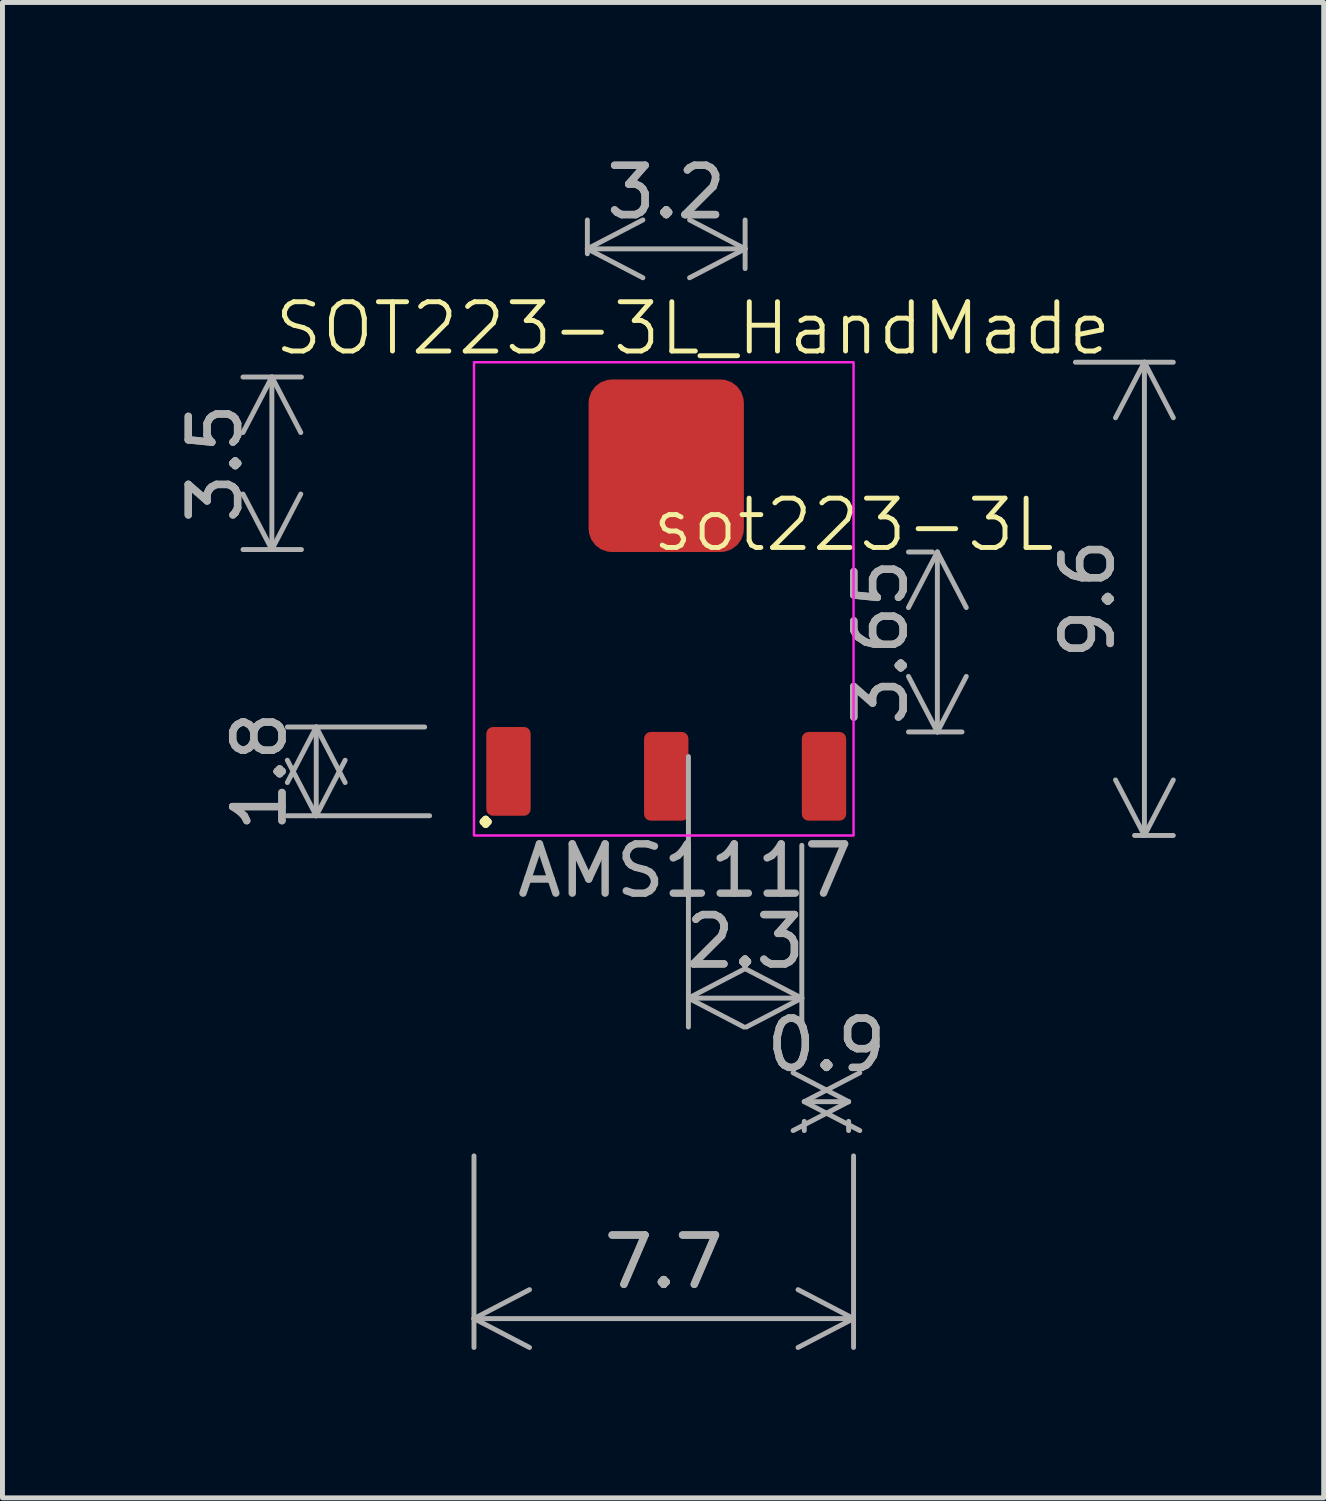
<source format=kicad_pcb>
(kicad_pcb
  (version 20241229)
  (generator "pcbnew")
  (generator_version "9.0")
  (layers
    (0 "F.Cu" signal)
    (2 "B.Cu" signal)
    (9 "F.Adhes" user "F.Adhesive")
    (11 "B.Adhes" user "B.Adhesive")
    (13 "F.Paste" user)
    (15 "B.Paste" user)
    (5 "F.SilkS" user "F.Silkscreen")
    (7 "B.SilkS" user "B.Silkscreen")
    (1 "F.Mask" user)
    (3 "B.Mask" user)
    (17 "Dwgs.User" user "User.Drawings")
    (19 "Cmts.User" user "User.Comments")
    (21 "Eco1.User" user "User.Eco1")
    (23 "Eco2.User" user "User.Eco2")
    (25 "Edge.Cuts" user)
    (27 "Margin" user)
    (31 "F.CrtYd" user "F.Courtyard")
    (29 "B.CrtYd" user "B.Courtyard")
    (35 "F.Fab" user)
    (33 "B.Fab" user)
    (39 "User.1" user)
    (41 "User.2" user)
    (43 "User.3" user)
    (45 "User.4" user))
  (footprint "sot223-3L"
    (layer "F.Cu")
    (at 10.365 12.098)
    (property "Reference" "sot223-3L" (at 3.9 -4.5 0) (unlocked yes) (layer "F.SilkS") (effects (font (size 1 1) (thickness 0.1))))
    (attr smd)
    (fp_rect (start -3.8 -7.8) (end 3.9 1.8) (stroke (width 0.05) (type default)) (fill no) (layer "F.CrtYd"))
    (fp_text user "SOT223-3L_HandMade" (at -7.9 -7.9 0) (unlocked yes) (layer "F.SilkS") (effects (font (size 1 1) (thickness 0.1)) (justify left bottom)))
    (fp_text user "." (at -3.9 1.7 0) (unlocked yes) (layer "F.SilkS") (effects (font (size 1 1) (thickness 0.15)) (justify left bottom)))
    (fp_text user "AMS1117" (at -3 3.1 0) (unlocked yes) (layer "F.Fab") (effects (font (size 1 1) (thickness 0.15)) (justify left bottom)))
    (dimension (type orthogonal) (layer "F.Fab") (pts (xy 16.365 8.148) (xy 16.965 11.798)) (height -0.4) (orientation 1) (format (prefix "") (suffix "") (units 3) (units_format 0) (precision 4) (suppress_zeroes yes)) (style (thickness 0.1) (arrow_length 1.27) (text_position_mode 0) (arrow_direction outward) (extension_height 0.586) (extension_offset 0.5) (keep_text_aligned yes)) (gr_text "3.65" (at 14.815 9.973 90) (layer "F.Fab") (effects (font (size 1 1) (thickness 0.15)))))
    (dimension (type orthogonal) (layer "F.Fab") (pts (xy 10.915 11.798) (xy 13.215 13.598)) (height 5.4) (orientation 0) (format (prefix "") (suffix "") (units 3) (units_format 0) (precision 4) (suppress_zeroes yes)) (style (thickness 0.1) (arrow_length 1.27) (text_position_mode 0) (arrow_direction outward) (extension_height 0.586) (extension_offset 0.5) (keep_text_aligned yes)) (gr_text "2.3" (at 12.065 16.048 0) (layer "F.Fab") (effects (font (size 1 1) (thickness 0.15)))))
    (dimension (type orthogonal) (layer "F.Fab") (pts (xy 8.865 2.598) (xy 12.065 2.898)) (height -0.6) (orientation 0) (format (prefix "") (suffix "") (units 3) (units_format 0) (precision 4) (suppress_zeroes yes)) (style (thickness 0.1) (arrow_length 1.27) (text_position_mode 0) (arrow_direction outward) (extension_height 0.586) (extension_offset 0.5) (keep_text_aligned yes)) (gr_text "3.2" (at 10.465 0.848 0) (layer "F.Fab") (effects (font (size 1 1) (thickness 0.15)))))
    (dimension (type orthogonal) (layer "F.Fab") (pts (xy 6.565 19.898) (xy 14.265 19.898)) (height 3.8) (orientation 0) (format (prefix "") (suffix "") (units 3) (units_format 0) (precision 4) (suppress_zeroes yes)) (style (thickness 0.1) (arrow_length 1.27) (text_position_mode 0) (arrow_direction outward) (extension_height 0.586) (extension_offset 0.5) (keep_text_aligned yes)) (gr_text "7.7" (at 10.415 22.548 0) (layer "F.Fab") (effects (font (size 1 1) (thickness 0.15)))))
    (dimension (type orthogonal) (layer "F.Fab") (pts (xy 18.265 4.298) (xy 19.465 13.898)) (height 1.9) (orientation 1) (format (prefix "") (suffix "") (units 3) (units_format 0) (precision 4) (suppress_zeroes yes)) (style (thickness 0.1) (arrow_length 1.27) (text_position_mode 0) (arrow_direction outward) (extension_height 0.586) (extension_offset 0.5) (keep_text_aligned yes)) (gr_text "9.6" (at 19.015 9.098 90) (layer "F.Fab") (effects (font (size 1 1) (thickness 0.15)))))
    (dimension (type orthogonal) (layer "F.Fab") (pts (xy 13.265 19.198) (xy 14.165 19.198)) (height 0.1) (orientation 0) (format (prefix "") (suffix "") (units 3) (units_format 0) (precision 4) (suppress_zeroes yes)) (style (thickness 0.1) (arrow_length 1.27) (text_position_mode 0) (arrow_direction outward) (extension_height 0.586) (extension_offset 0.5) (keep_text_aligned yes)) (gr_text "0.9" (at 13.715 18.148 0) (layer "F.Fab") (effects (font (size 1 1) (thickness 0.15)))))
    (dimension (type orthogonal) (layer "F.Fab") (pts (xy 6.065 11.698) (xy 6.165 13.498)) (height -2.7) (orientation 1) (format (prefix "") (suffix "") (units 3) (units_format 0) (precision 4) (suppress_zeroes yes)) (style (thickness 0.1) (arrow_length 1.27) (text_position_mode 0) (arrow_direction outward) (extension_height 0.586) (extension_offset 0.5) (keep_text_aligned yes)) (gr_text "1.8" (at 2.215 12.598 90) (layer "F.Fab") (effects (font (size 1 1) (thickness 0.15)))))
    (dimension (type orthogonal) (layer "F.Fab") (pts (xy 3.565 4.598) (xy 3.565 8.098)) (height -1.1) (orientation 1) (format (prefix "") (suffix "") (units 3) (units_format 0) (precision 4) (suppress_zeroes yes)) (style (thickness 0.1) (arrow_length 1.27) (text_position_mode 0) (arrow_direction outward) (extension_height 0.586) (extension_offset 0.5) (keep_text_aligned yes)) (gr_text "3.5" (at 1.315 6.348 90) (layer "F.Fab") (effects (font (size 1 1) (thickness 0.15)))))
    (pad "" smd roundrect (at 0.1 -5.7 90) (size 3.5 3.15) (layers "F.Cu" "F.Mask" "F.Paste") (roundrect_rratio 0.15))
    (pad "1" smd roundrect (at -3.1 0.5) (size 0.9 1.8) (layers "F.Cu" "F.Mask" "F.Paste") (roundrect_rratio 0.15))
    (pad "2" smd roundrect (at 0.1 0.6) (size 0.9 1.8) (layers "F.Cu" "F.Mask" "F.Paste") (roundrect_rratio 0.15))
    (pad "3" smd roundrect (at 3.3 0.6) (size 0.9 1.8) (layers "F.Cu" "F.Mask" "F.Paste") (roundrect_rratio 0.15)))
  (gr_rect
    (start -3 -3)
    (end 23.802 27.335)
    (stroke (width 0.1) (type default))
    (fill no)
    (layer "Edge.Cuts")))
</source>
